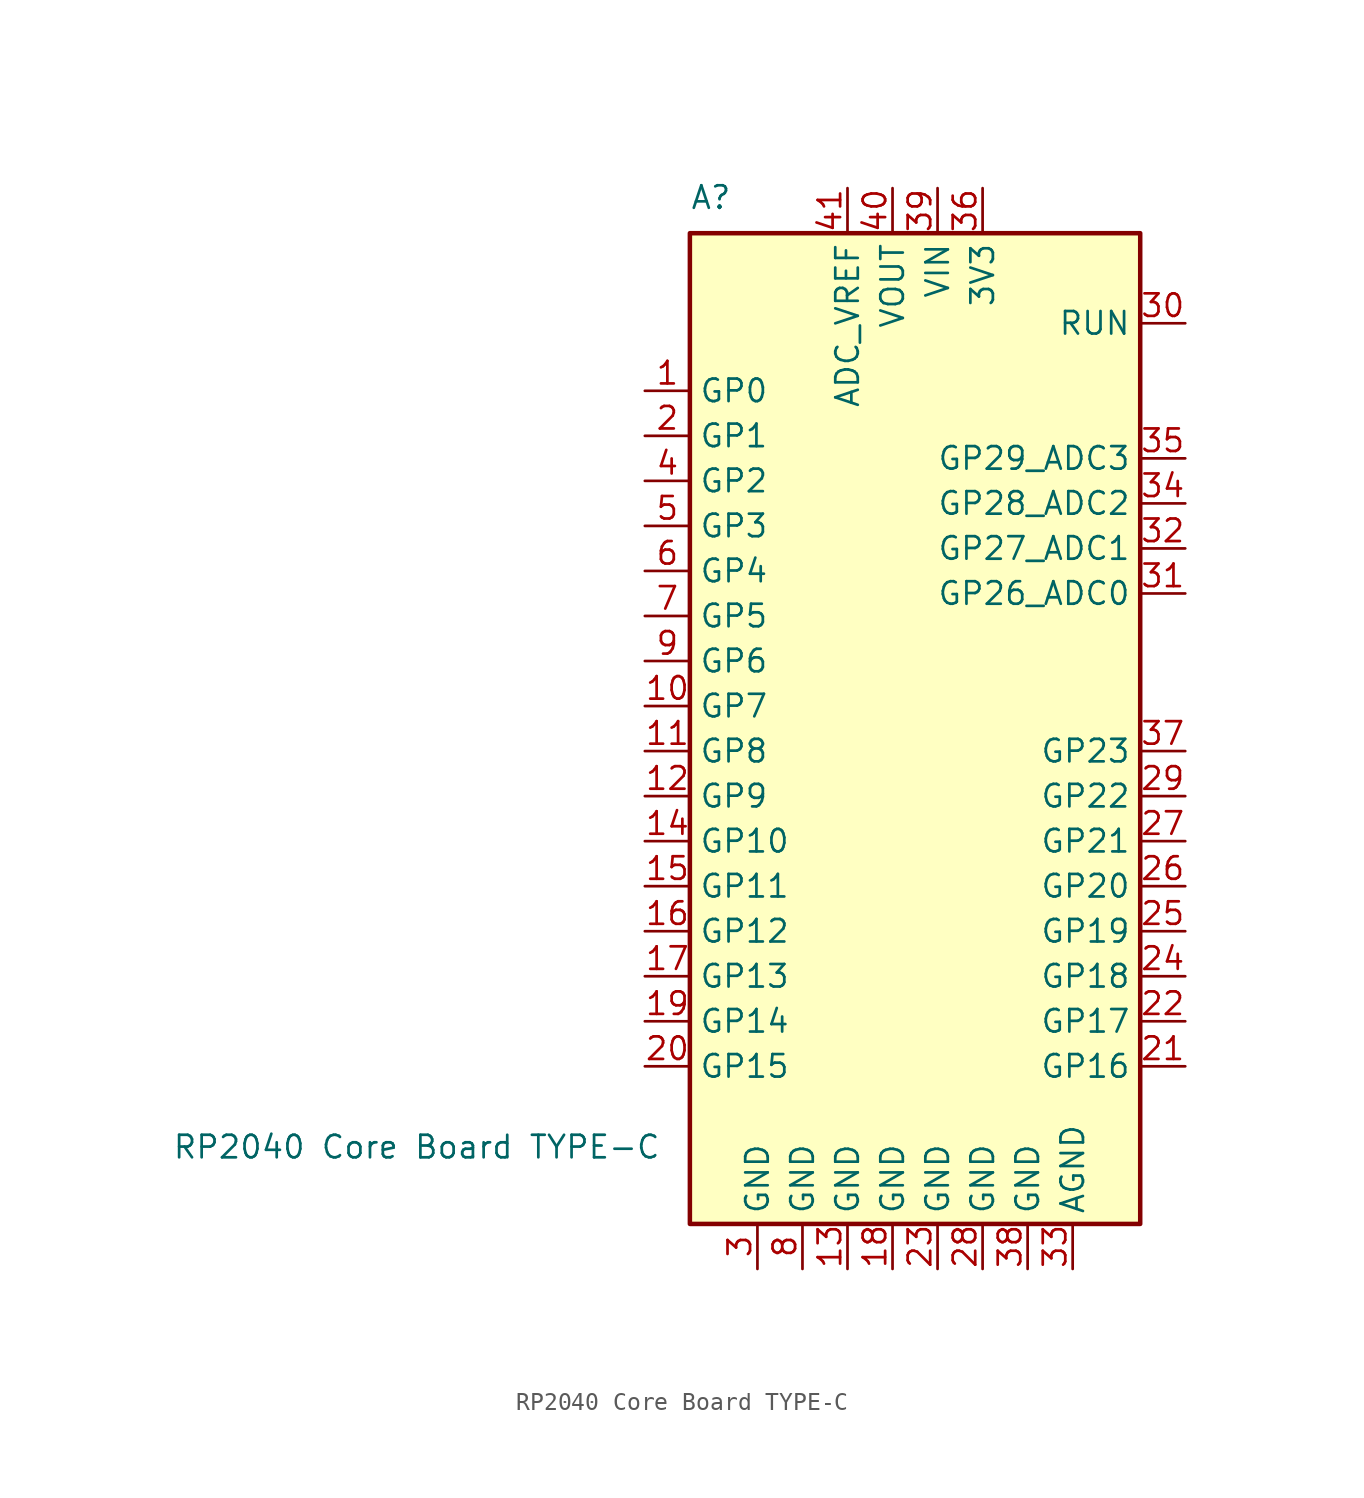
<source format=kicad_sym>
(kicad_symbol_lib
  (version 20211014)
  (generator kicad_symbol_editor)
  (symbol "RP2040 Core Board TYPE-C"
    (property "Reference" "A"
      (at -12.7 29.21 0)
      (effects (font (size 1.27 1.27)) (justify left bottom)))
    (property "Value" "RP2040 Core Board TYPE-C"
      (at -41.91 -22.86 0)
      (effects (font (size 1.27 1.27)) (justify left top)))
    (symbol "RP2040 Core Board TYPE-C_0_1"
      (rectangle (start -12.7 27.94) (end 12.7 -27.94) (stroke (width 0.254) (type default) (color 0 0 0 0)) (fill (type background))))
    (symbol "RP2040 Core Board TYPE-C_1_1"
      (pin bidirectional line (at -15.24 19.05 0) (length 2.54) (name "GP0" (effects (font (size 1.27 1.27)))) (number "1" (effects (font (size 1.27 1.27)))))
      (pin bidirectional line (at -15.24 1.27 0) (length 2.54) (name "GP7" (effects (font (size 1.27 1.27)))) (number "10" (effects (font (size 1.27 1.27)))))
      (pin bidirectional line (at -15.24 -1.27 0) (length 2.54) (name "GP8" (effects (font (size 1.27 1.27)))) (number "11" (effects (font (size 1.27 1.27)))))
      (pin bidirectional line (at -15.24 -3.81 0) (length 2.54) (name "GP9" (effects (font (size 1.27 1.27)))) (number "12" (effects (font (size 1.27 1.27)))))
      (pin power_in line (at -3.81 -30.48 90) (length 2.54) (name "GND" (effects (font (size 1.27 1.27)))) (number "13" (effects (font (size 1.27 1.27)))))
      (pin bidirectional line (at -15.24 -6.35 0) (length 2.54) (name "GP10" (effects (font (size 1.27 1.27)))) (number "14" (effects (font (size 1.27 1.27)))))
      (pin bidirectional line (at -15.24 -8.89 0) (length 2.54) (name "GP11" (effects (font (size 1.27 1.27)))) (number "15" (effects (font (size 1.27 1.27)))))
      (pin bidirectional line (at -15.24 -11.43 0) (length 2.54) (name "GP12" (effects (font (size 1.27 1.27)))) (number "16" (effects (font (size 1.27 1.27)))))
      (pin bidirectional line (at -15.24 -13.97 0) (length 2.54) (name "GP13" (effects (font (size 1.27 1.27)))) (number "17" (effects (font (size 1.27 1.27)))))
      (pin power_in line (at -1.27 -30.48 90) (length 2.54) (name "GND" (effects (font (size 1.27 1.27)))) (number "18" (effects (font (size 1.27 1.27)))))
      (pin bidirectional line (at -15.24 -16.51 0) (length 2.54) (name "GP14" (effects (font (size 1.27 1.27)))) (number "19" (effects (font (size 1.27 1.27)))))
      (pin bidirectional line (at -15.24 16.51 0) (length 2.54) (name "GP1" (effects (font (size 1.27 1.27)))) (number "2" (effects (font (size 1.27 1.27)))))
      (pin bidirectional line (at -15.24 -19.05 0) (length 2.54) (name "GP15" (effects (font (size 1.27 1.27)))) (number "20" (effects (font (size 1.27 1.27)))))
      (pin bidirectional line (at 15.24 -19.05 180) (length 2.54) (name "GP16" (effects (font (size 1.27 1.27)))) (number "21" (effects (font (size 1.27 1.27)))))
      (pin bidirectional line (at 15.24 -16.51 180) (length 2.54) (name "GP17" (effects (font (size 1.27 1.27)))) (number "22" (effects (font (size 1.27 1.27)))))
      (pin power_in line (at 1.27 -30.48 90) (length 2.54) (name "GND" (effects (font (size 1.27 1.27)))) (number "23" (effects (font (size 1.27 1.27)))))
      (pin bidirectional line (at 15.24 -13.97 180) (length 2.54) (name "GP18" (effects (font (size 1.27 1.27)))) (number "24" (effects (font (size 1.27 1.27)))))
      (pin bidirectional line (at 15.24 -11.43 180) (length 2.54) (name "GP19" (effects (font (size 1.27 1.27)))) (number "25" (effects (font (size 1.27 1.27)))))
      (pin bidirectional line (at 15.24 -8.89 180) (length 2.54) (name "GP20" (effects (font (size 1.27 1.27)))) (number "26" (effects (font (size 1.27 1.27)))))
      (pin bidirectional line (at 15.24 -6.35 180) (length 2.54) (name "GP21" (effects (font (size 1.27 1.27)))) (number "27" (effects (font (size 1.27 1.27)))))
      (pin power_in line (at 3.81 -30.48 90) (length 2.54) (name "GND" (effects (font (size 1.27 1.27)))) (number "28" (effects (font (size 1.27 1.27)))))
      (pin bidirectional line (at 15.24 -3.81 180) (length 2.54) (name "GP22" (effects (font (size 1.27 1.27)))) (number "29" (effects (font (size 1.27 1.27)))))
      (pin power_in line (at -8.89 -30.48 90) (length 2.54) (name "GND" (effects (font (size 1.27 1.27)))) (number "3" (effects (font (size 1.27 1.27)))))
      (pin bidirectional line (at 15.24 22.86 180) (length 2.54) (name "RUN" (effects (font (size 1.27 1.27)))) (number "30" (effects (font (size 1.27 1.27)))))
      (pin bidirectional line (at 15.24 7.62 180) (length 2.54) (name "GP26_ADC0" (effects (font (size 1.27 1.27)))) (number "31" (effects (font (size 1.27 1.27)))))
      (pin bidirectional line (at 15.24 10.16 180) (length 2.54) (name "GP27_ADC1" (effects (font (size 1.27 1.27)))) (number "32" (effects (font (size 1.27 1.27)))))
      (pin power_in line (at 8.89 -30.48 90) (length 2.54) (name "AGND" (effects (font (size 1.27 1.27)))) (number "33" (effects (font (size 1.27 1.27)))))
      (pin bidirectional line (at 15.24 12.7 180) (length 2.54) (name "GP28_ADC2" (effects (font (size 1.27 1.27)))) (number "34" (effects (font (size 1.27 1.27)))))
      (pin bidirectional line (at 15.24 15.24 180) (length 2.54) (name "GP29_ADC3" (effects (font (size 1.27 1.27)))) (number "35" (effects (font (size 1.27 1.27)))))
      (pin power_in line (at 3.81 30.48 270) (length 2.54) (name "3V3" (effects (font (size 1.27 1.27)))) (number "36" (effects (font (size 1.27 1.27)))))
      (pin bidirectional line (at 15.24 -1.27 180) (length 2.54) (name "GP23" (effects (font (size 1.27 1.27)))) (number "37" (effects (font (size 1.27 1.27)))))
      (pin power_in line (at 6.35 -30.48 90) (length 2.54) (name "GND" (effects (font (size 1.27 1.27)))) (number "38" (effects (font (size 1.27 1.27)))))
      (pin power_in line (at 1.27 30.48 270) (length 2.54) (name "VIN" (effects (font (size 1.27 1.27)))) (number "39" (effects (font (size 1.27 1.27)))))
      (pin bidirectional line (at -15.24 13.97 0) (length 2.54) (name "GP2" (effects (font (size 1.27 1.27)))) (number "4" (effects (font (size 1.27 1.27)))))
      (pin power_out line (at -1.27 30.48 270) (length 2.54) (name "VOUT" (effects (font (size 1.27 1.27)))) (number "40" (effects (font (size 1.27 1.27)))))
      (pin input line (at -3.81 30.48 270) (length 2.54) (name "ADC_VREF" (effects (font (size 1.27 1.27)))) (number "41" (effects (font (size 1.27 1.27)))))
      (pin bidirectional line (at -15.24 11.43 0) (length 2.54) (name "GP3" (effects (font (size 1.27 1.27)))) (number "5" (effects (font (size 1.27 1.27)))))
      (pin bidirectional line (at -15.24 8.89 0) (length 2.54) (name "GP4" (effects (font (size 1.27 1.27)))) (number "6" (effects (font (size 1.27 1.27)))))
      (pin bidirectional line (at -15.24 6.35 0) (length 2.54) (name "GP5" (effects (font (size 1.27 1.27)))) (number "7" (effects (font (size 1.27 1.27)))))
      (pin power_in line (at -6.35 -30.48 90) (length 2.54) (name "GND" (effects (font (size 1.27 1.27)))) (number "8" (effects (font (size 1.27 1.27)))))
      (pin bidirectional line (at -15.24 3.81 0) (length 2.54) (name "GP6" (effects (font (size 1.27 1.27)))) (number "9" (effects (font (size 1.27 1.27))))))))
</source>
